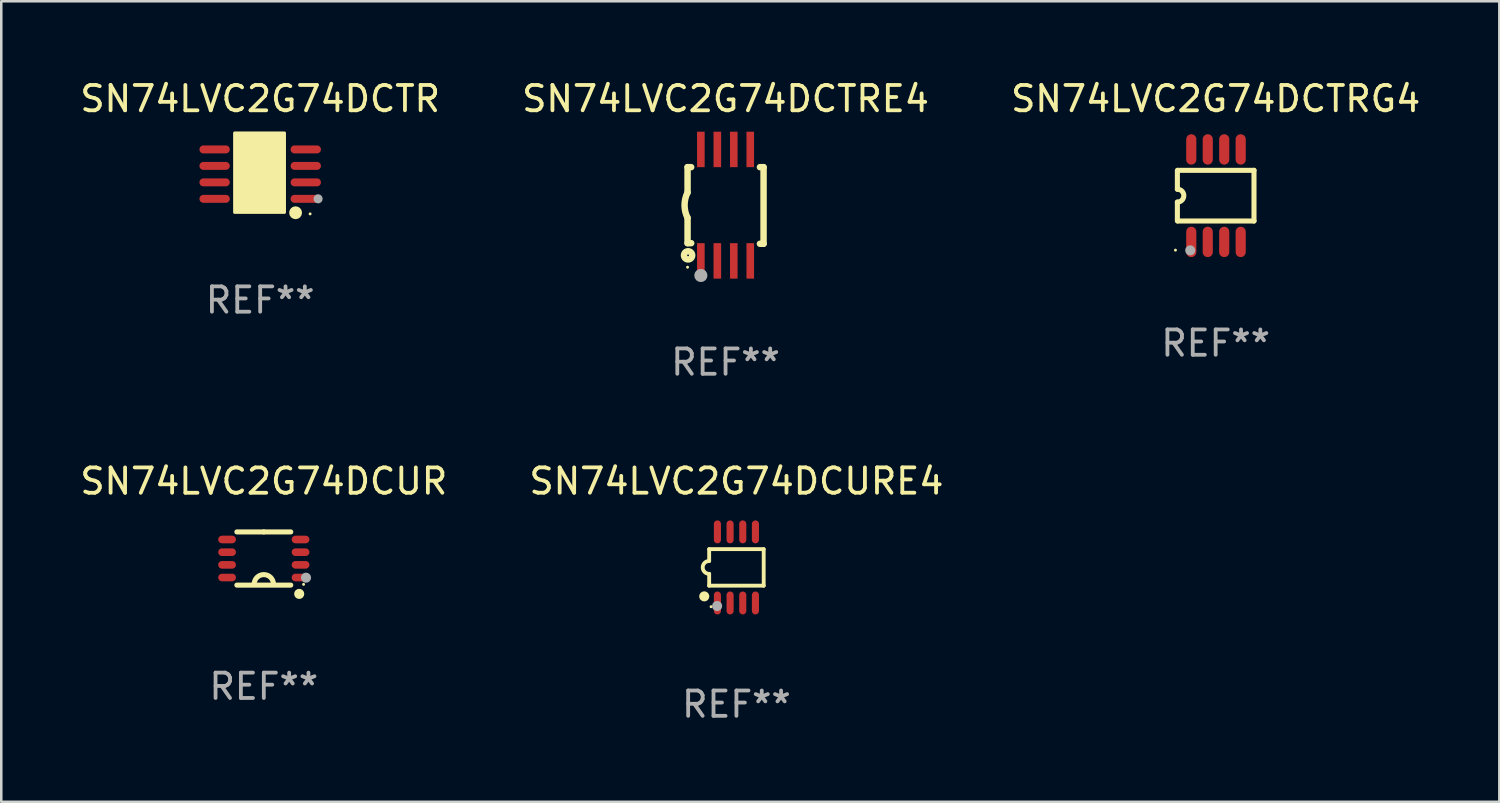
<source format=kicad_pcb>
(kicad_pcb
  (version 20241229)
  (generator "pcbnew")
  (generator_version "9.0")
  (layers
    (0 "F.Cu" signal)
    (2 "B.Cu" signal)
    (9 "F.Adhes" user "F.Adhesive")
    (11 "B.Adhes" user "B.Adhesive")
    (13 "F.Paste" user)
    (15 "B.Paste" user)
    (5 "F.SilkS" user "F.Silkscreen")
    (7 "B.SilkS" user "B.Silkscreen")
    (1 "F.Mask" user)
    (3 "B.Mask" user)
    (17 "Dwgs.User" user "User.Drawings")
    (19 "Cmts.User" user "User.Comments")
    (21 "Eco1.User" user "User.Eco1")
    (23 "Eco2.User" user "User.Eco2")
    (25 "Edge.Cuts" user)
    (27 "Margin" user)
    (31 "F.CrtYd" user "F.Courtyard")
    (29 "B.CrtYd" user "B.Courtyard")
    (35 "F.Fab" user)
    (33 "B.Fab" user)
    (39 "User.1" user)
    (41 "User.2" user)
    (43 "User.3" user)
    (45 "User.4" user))
  (footprint "SN74LVC2G74DCUR"
    (layer "F.Cu")
    (at 7.363 18.995)
    (property "Reference" "SN74LVC2G74DCUR" (at 0 -3.05 0) (layer "F.SilkS") (effects (font (size 1 1) (thickness 0.15))))
    (attr through_hole)
    (fp_line (start -1.064 1.05) (end 1.064 1.05) (stroke (width 0.2) (type solid)) (layer "F.SilkS"))
    (fp_line (start -0.000051 -1.05) (end -1.064 -1.05) (stroke (width 0.2) (type solid)) (layer "F.SilkS"))
    (fp_line (start -0.000051 -1.05) (end 1.064 -1.05) (stroke (width 0.2) (type solid)) (layer "F.SilkS"))
    (fp_arc (start -0.381102 1.015991) (mid -0.000077 0.635294) (end 0.38095 1.015989) (stroke (width 0.2) (type solid)) (layer "F.SilkS"))
    (fp_circle (center 1.397 1.397) (end 1.497 1.397) (stroke (width 0.2) (type solid)) (fill no) (layer "F.SilkS"))
    (fp_circle (center 1.57 1.02) (end 1.6 1.02) (stroke (width 0.06) (type solid)) (fill no) (layer "F.SilkS"))
    (fp_circle (center 1.666 0.758) (end 1.766 0.758) (stroke (width 0.2) (type solid)) (fill no) (layer "F.Fab"))
    (fp_text user "REF**" (at 0 5.05 0) (layer "F.Fab") (effects (font (size 1 1) (thickness 0.15))))
    (pad "1" smd oval (at 1.45 0.75 90) (size 0.3 0.7) (layers "F.Cu" "F.Mask" "F.Paste"))
    (pad "2" smd oval (at 1.45 0.25 90) (size 0.3 0.7) (layers "F.Cu" "F.Mask" "F.Paste"))
    (pad "3" smd oval (at 1.45 -0.25 90) (size 0.3 0.7) (layers "F.Cu" "F.Mask" "F.Paste"))
    (pad "4" smd oval (at 1.45 -0.75 90) (size 0.3 0.7) (layers "F.Cu" "F.Mask" "F.Paste"))
    (pad "5" smd oval (at -1.45 -0.75 90) (size 0.3 0.7) (layers "F.Cu" "F.Mask" "F.Paste"))
    (pad "6" smd oval (at -1.45 -0.25 90) (size 0.3 0.7) (layers "F.Cu" "F.Mask" "F.Paste"))
    (pad "7" smd oval (at -1.45 0.25 90) (size 0.3 0.7) (layers "F.Cu" "F.Mask" "F.Paste"))
    (pad "8" smd oval (at -1.45 0.75 90) (size 0.3 0.7) (layers "F.Cu" "F.Mask" "F.Paste")))
  (footprint "SN74LVC2G74DCTRE4"
    (layer "F.Cu")
    (at 25.589 5.048)
    (property "Reference" "SN74LVC2G74DCTRE4" (at 0 -4.2 0) (layer "F.SilkS") (effects (font (size 1 1) (thickness 0.15))))
    (attr through_hole)
    (fp_line (start -1.5 -1.5) (end -1.5 -0.5) (stroke (width 0.254) (type solid)) (layer "F.SilkS"))
    (fp_line (start -1.5 -1.5) (end -1.356 -1.5) (stroke (width 0.254) (type solid)) (layer "F.SilkS"))
    (fp_line (start -1.5 1.5) (end -1.5 0.5) (stroke (width 0.254) (type solid)) (layer "F.SilkS"))
    (fp_line (start -1.5 1.5) (end -1.356 1.5) (stroke (width 0.254) (type solid)) (layer "F.SilkS"))
    (fp_line (start 1.356 -1.5) (end 1.5 -1.5) (stroke (width 0.254) (type solid)) (layer "F.SilkS"))
    (fp_line (start 1.5 -1.5) (end 1.5 1.524) (stroke (width 0.254) (type solid)) (layer "F.SilkS"))
    (fp_line (start 1.5 1.524) (end 1.356 1.524) (stroke (width 0.254) (type solid)) (layer "F.SilkS"))
    (fp_arc (start -1.500203 0.499137) (mid -1.618067 -0.000468) (end -1.5 -0.500025) (stroke (width 0.254001) (type solid)) (layer "F.SilkS"))
    (fp_circle (center -1.5 2.449) (end -1.47 2.449) (stroke (width 0.06) (type solid)) (fill no) (layer "F.SilkS"))
    (fp_circle (center -1.479 1.981) (end -1.444 1.981) (stroke (width 0.254) (type solid)) (fill no) (layer "F.SilkS"))
    (fp_circle (center -0.975 2.776) (end -0.845 2.776) (stroke (width 0.26) (type solid)) (fill no) (layer "F.Fab"))
    (fp_text user "REF**" (at 0 6.2 0) (layer "F.Fab") (effects (font (size 1 1) (thickness 0.15))))
    (pad "1" smd rect (at -0.975 2.2) (size 0.3 1.4) (layers "F.Cu" "F.Mask" "F.Paste"))
    (pad "2" smd rect (at -0.325 2.2) (size 0.3 1.4) (layers "F.Cu" "F.Mask" "F.Paste"))
    (pad "3" smd rect (at 0.325 2.2) (size 0.3 1.4) (layers "F.Cu" "F.Mask" "F.Paste"))
    (pad "4" smd rect (at 0.975 2.2) (size 0.3 1.4) (layers "F.Cu" "F.Mask" "F.Paste"))
    (pad "5" smd rect (at 0.975 -2.2) (size 0.3 1.4) (layers "F.Cu" "F.Mask" "F.Paste"))
    (pad "6" smd rect (at 0.325 -2.2) (size 0.3 1.4) (layers "F.Cu" "F.Mask" "F.Paste"))
    (pad "7" smd rect (at -0.325 -2.2) (size 0.3 1.4) (layers "F.Cu" "F.Mask" "F.Paste"))
    (pad "8" smd rect (at -0.975 -2.2) (size 0.3 1.4) (layers "F.Cu" "F.Mask" "F.Paste")))
  (footprint "SN74LVC2G74DCTR"
    (layer "F.Cu")
    (at 7.22 3.823)
    (property "Reference" "SN74LVC2G74DCTR" (at 0 -2.975 0) (layer "F.SilkS") (effects (font (size 1 1) (thickness 0.15))))
    (attr through_hole)
    (fp_circle (center 0.508 1.016) (end 0.658 1.016) (stroke (width 0.3) (type solid)) (fill no) (layer "F.SilkS"))
    (fp_circle (center 1.397 1.524) (end 1.524 1.524) (stroke (width 0.254) (type solid)) (fill no) (layer "F.SilkS"))
    (fp_circle (center 1.97 1.57) (end 2 1.57) (stroke (width 0.06) (type solid)) (fill no) (layer "F.SilkS"))
    (fp_poly (pts (xy -1.008 -1.623) (xy 0.958 -1.623) (xy 0.958 1.51) (xy -1.008 1.51)) (stroke (width 0.12) (type solid)) (fill yes) (layer "F.SilkS"))
    (fp_circle (center 2.286 0.975) (end 2.376 0.975) (stroke (width 0.18) (type solid)) (fill no) (layer "F.Fab"))
    (fp_text user "REF**" (at 0 4.975 0) (layer "F.Fab") (effects (font (size 1 1) (thickness 0.15))))
    (pad "1" smd oval (at 1.799 0.975 90) (size 0.315 1.198) (layers "F.Cu" "F.Mask" "F.Paste"))
    (pad "2" smd oval (at 1.799 0.325 90) (size 0.315 1.198) (layers "F.Cu" "F.Mask" "F.Paste"))
    (pad "3" smd oval (at 1.799 -0.325 90) (size 0.315 1.198) (layers "F.Cu" "F.Mask" "F.Paste"))
    (pad "4" smd oval (at 1.799 -0.975 90) (size 0.315 1.198) (layers "F.Cu" "F.Mask" "F.Paste"))
    (pad "5" smd oval (at -1.799 -0.975 90) (size 0.315 1.198) (layers "F.Cu" "F.Mask" "F.Paste"))
    (pad "6" smd oval (at -1.799 -0.325 90) (size 0.315 1.198) (layers "F.Cu" "F.Mask" "F.Paste"))
    (pad "7" smd oval (at -1.799 0.325 90) (size 0.315 1.198) (layers "F.Cu" "F.Mask" "F.Paste"))
    (pad "8" smd oval (at -1.799 0.975 90) (size 0.315 1.198) (layers "F.Cu" "F.Mask" "F.Paste")))
  (footprint "SN74LVC2G74DCURE4"
    (layer "F.Cu")
    (at 26.018 19.347)
    (property "Reference" "SN74LVC2G74DCURE4" (at 0 -3.403 0) (layer "F.SilkS") (effects (font (size 1 1) (thickness 0.15))))
    (attr through_hole)
    (fp_line (start -1.076 -0.721) (end 1.076 -0.721) (stroke (width 0.152) (type solid)) (layer "F.SilkS"))
    (fp_line (start -1.076 -0.254) (end -1.076 -0.721) (stroke (width 0.152) (type solid)) (layer "F.SilkS"))
    (fp_line (start -1.076 0.254) (end -1.076 0.721) (stroke (width 0.152) (type solid)) (layer "F.SilkS"))
    (fp_line (start 1.076 -0.721) (end 1.076 0.721) (stroke (width 0.152) (type solid)) (layer "F.SilkS"))
    (fp_line (start 1.076 0.721) (end -1.076 0.721) (stroke (width 0.152) (type solid)) (layer "F.SilkS"))
    (fp_arc (start -1.076226 0.254051) (mid -1.330226 0.000051) (end -1.076226 -0.253949) (stroke (width 0.151994) (type solid)) (layer "F.SilkS"))
    (fp_circle (center -1.27 1.143) (end -1.17 1.143) (stroke (width 0.2) (type solid)) (fill no) (layer "F.SilkS"))
    (fp_circle (center -1 1.55) (end -0.97 1.55) (stroke (width 0.06) (type solid)) (fill no) (layer "F.SilkS"))
    (fp_circle (center -0.762 1.524) (end -0.662 1.524) (stroke (width 0.2) (type solid)) (fill no) (layer "F.Fab"))
    (fp_text user "REF**" (at 0 5.403 0) (layer "F.Fab") (effects (font (size 1 1) (thickness 0.15))))
    (pad "1" smd oval (at -0.75 1.403) (size 0.28 0.905) (layers "F.Cu" "F.Mask" "F.Paste"))
    (pad "2" smd oval (at -0.25 1.403) (size 0.28 0.905) (layers "F.Cu" "F.Mask" "F.Paste"))
    (pad "3" smd oval (at 0.25 1.403) (size 0.28 0.905) (layers "F.Cu" "F.Mask" "F.Paste"))
    (pad "4" smd oval (at 0.75 1.403) (size 0.28 0.905) (layers "F.Cu" "F.Mask" "F.Paste"))
    (pad "5" smd oval (at 0.75 -1.403) (size 0.28 0.905) (layers "F.Cu" "F.Mask" "F.Paste"))
    (pad "6" smd oval (at 0.25 -1.403) (size 0.28 0.905) (layers "F.Cu" "F.Mask" "F.Paste"))
    (pad "7" smd oval (at -0.25 -1.403) (size 0.28 0.905) (layers "F.Cu" "F.Mask" "F.Paste"))
    (pad "8" smd oval (at -0.75 -1.403) (size 0.28 0.905) (layers "F.Cu" "F.Mask" "F.Paste")))
  (footprint "SN74LVC2G74DCTRG4"
    (layer "F.Cu")
    (at 44.935 4.673)
    (property "Reference" "SN74LVC2G74DCTRG4" (at 0 -3.825 0) (layer "F.SilkS") (effects (font (size 1 1) (thickness 0.15))))
    (attr through_hole)
    (fp_line (start -1.512 -0.254) (end -1.512 -1) (stroke (width 0.2) (type solid)) (layer "F.SilkS"))
    (fp_line (start -1.512 0.254) (end -1.512 1) (stroke (width 0.2) (type solid)) (layer "F.SilkS"))
    (fp_line (start -1.488 -1) (end 1.512 -1) (stroke (width 0.2) (type solid)) (layer "F.SilkS"))
    (fp_line (start 1.512 -1) (end 1.512 1) (stroke (width 0.2) (type solid)) (layer "F.SilkS"))
    (fp_line (start 1.512 1) (end -1.488 1) (stroke (width 0.2) (type solid)) (layer "F.SilkS"))
    (fp_arc (start -1.512002 -0.254001) (mid -1.258001 0) (end -1.512002 0.254001) (stroke (width 0.2) (type solid)) (layer "F.SilkS"))
    (fp_circle (center -1.588 2.15) (end -1.558 2.15) (stroke (width 0.06) (type solid)) (fill no) (layer "F.SilkS"))
    (fp_circle (center -1.004 2.159) (end -0.904 2.159) (stroke (width 0.2) (type solid)) (fill no) (layer "F.Fab"))
    (fp_text user "REF**" (at 0 5.825 0) (layer "F.Fab") (effects (font (size 1 1) (thickness 0.15))))
    (pad "1" smd oval (at -0.963 1.825 270) (size 1.2 0.4) (layers "F.Cu" "F.Mask" "F.Paste"))
    (pad "2" smd oval (at -0.313 1.825 270) (size 1.2 0.4) (layers "F.Cu" "F.Mask" "F.Paste"))
    (pad "3" smd oval (at 0.337 1.825 270) (size 1.2 0.4) (layers "F.Cu" "F.Mask" "F.Paste"))
    (pad "4" smd oval (at 0.987 1.825 270) (size 1.2 0.4) (layers "F.Cu" "F.Mask" "F.Paste"))
    (pad "5" smd oval (at 0.987 -1.825 270) (size 1.2 0.4) (layers "F.Cu" "F.Mask" "F.Paste"))
    (pad "6" smd oval (at 0.337 -1.825 270) (size 1.2 0.4) (layers "F.Cu" "F.Mask" "F.Paste"))
    (pad "7" smd oval (at -0.313 -1.825 270) (size 1.2 0.4) (layers "F.Cu" "F.Mask" "F.Paste"))
    (pad "8" smd oval (at -0.963 -1.825 270) (size 1.2 0.4) (layers "F.Cu" "F.Mask" "F.Paste")))
  (gr_rect
    (start -3 -3)
    (end 56.131 28.598)
    (stroke (width 0.1) (type default))
    (fill no)
    (layer "Edge.Cuts")))
</source>
